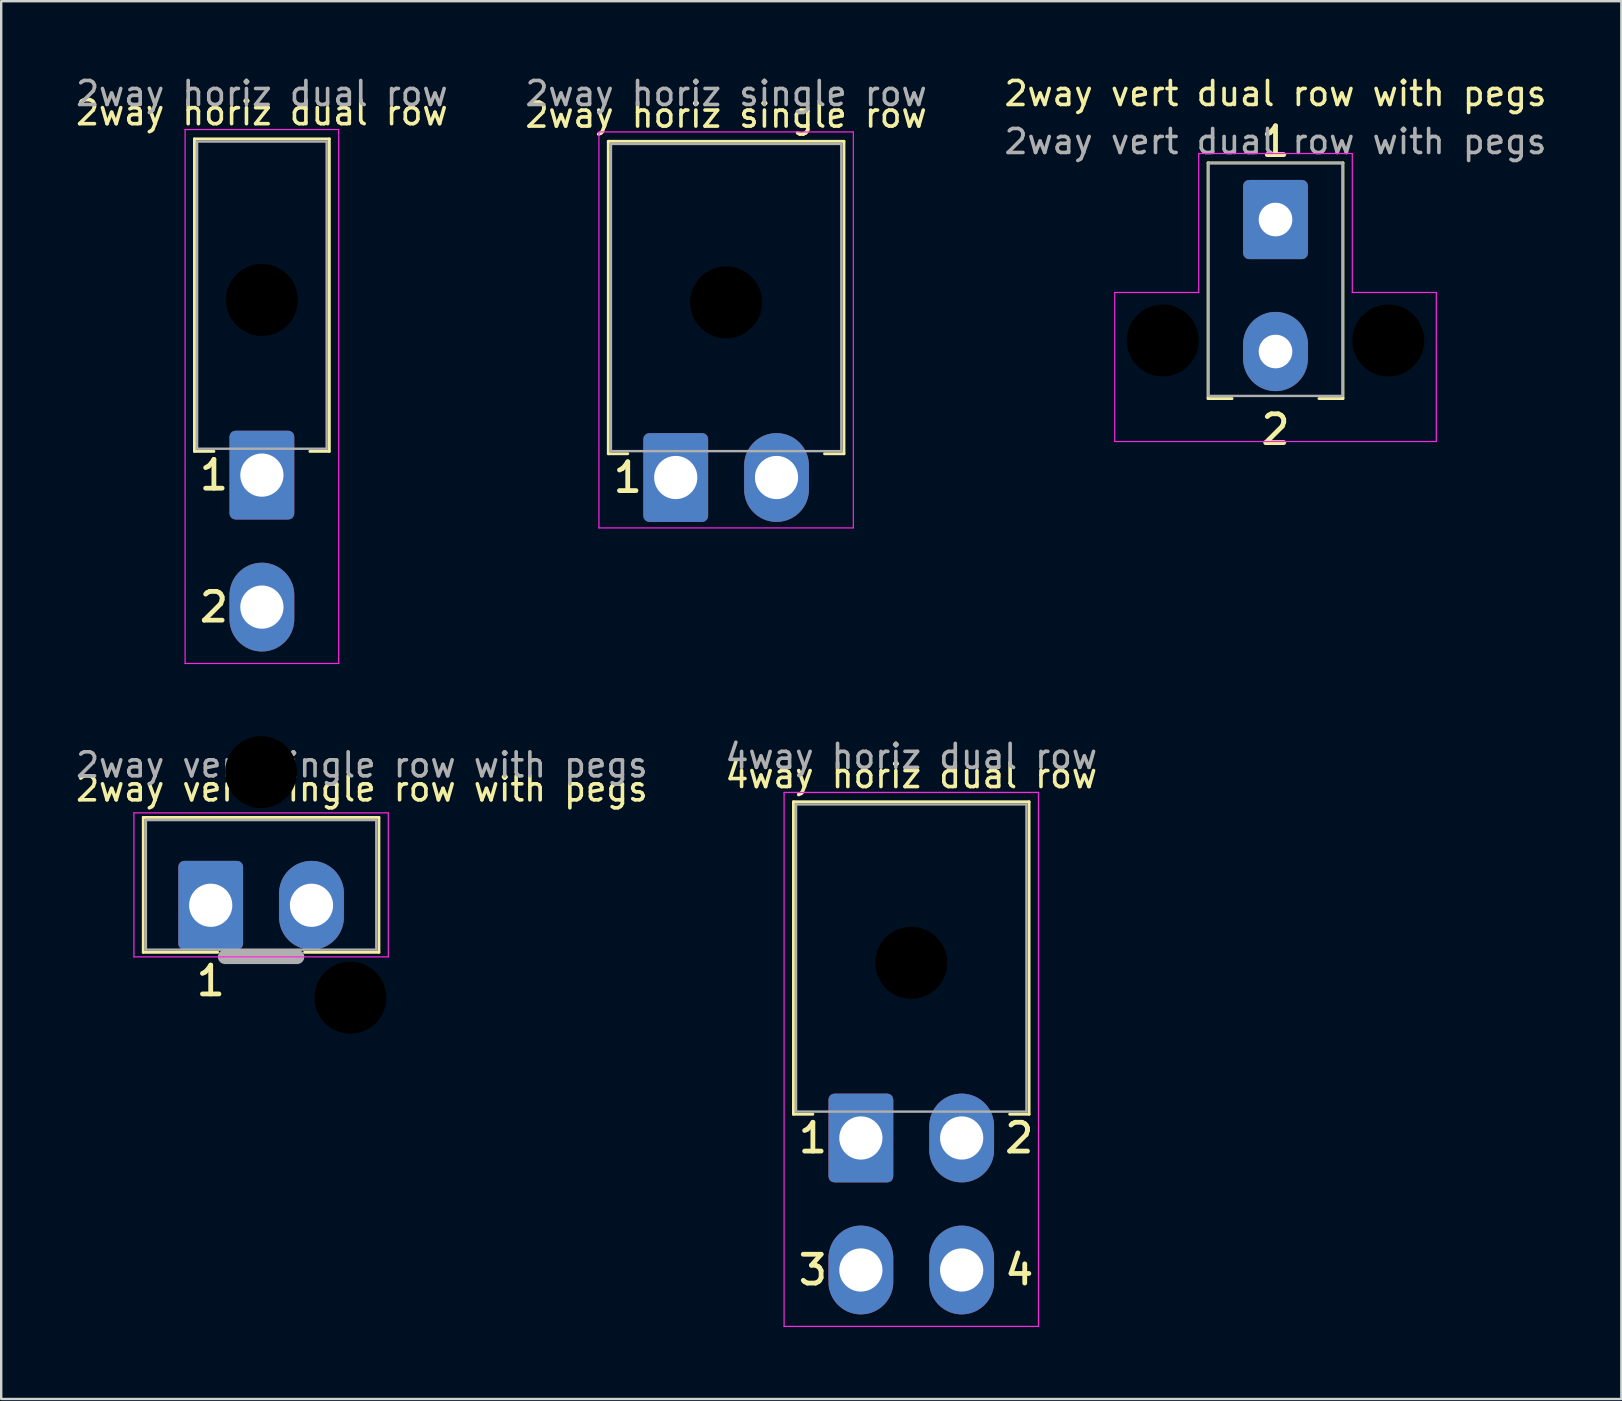
<source format=kicad_pcb>
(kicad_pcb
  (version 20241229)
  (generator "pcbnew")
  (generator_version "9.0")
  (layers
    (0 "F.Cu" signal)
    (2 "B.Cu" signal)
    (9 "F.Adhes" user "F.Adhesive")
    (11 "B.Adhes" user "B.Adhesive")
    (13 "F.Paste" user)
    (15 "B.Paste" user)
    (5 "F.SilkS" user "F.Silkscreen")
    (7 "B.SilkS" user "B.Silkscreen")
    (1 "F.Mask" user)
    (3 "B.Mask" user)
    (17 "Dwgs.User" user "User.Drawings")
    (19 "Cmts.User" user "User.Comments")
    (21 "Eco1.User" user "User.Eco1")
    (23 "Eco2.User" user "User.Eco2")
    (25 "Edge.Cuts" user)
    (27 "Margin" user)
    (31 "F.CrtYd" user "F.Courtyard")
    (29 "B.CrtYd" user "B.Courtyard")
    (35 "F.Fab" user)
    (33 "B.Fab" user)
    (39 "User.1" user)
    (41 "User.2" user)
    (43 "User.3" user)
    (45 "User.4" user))
  (footprint "4way horiz dual row"
    (layer "F.Cu")
    (at 34.923 30.471)
    (property "Reference" "4way horiz dual row" (at 0 -1.2 0) (layer "F.SilkS") (effects (font (size 1 1) (thickness 0.15))))
    (attr through_hole)
    (fp_line (start -4.91 -0.11) (end 4.91 -0.11) (stroke (width 0.12) (type solid)) (layer "F.SilkS"))
    (fp_line (start -4.91 12.91) (end -4.91 -0.11) (stroke (width 0.12) (type solid)) (layer "F.SilkS"))
    (fp_line (start -4.1 12.91) (end -4.91 12.91) (stroke (width 0.12) (type solid)) (layer "F.SilkS"))
    (fp_line (start 4.1 12.91) (end 4.91 12.91) (stroke (width 0.12) (type solid)) (layer "F.SilkS"))
    (fp_line (start 4.91 12.91) (end 4.91 -0.11) (stroke (width 0.12) (type solid)) (layer "F.SilkS"))
    (fp_line (start -5.3 -0.5) (end -5.3 21.75) (stroke (width 0.05) (type solid)) (layer "F.CrtYd"))
    (fp_line (start -5.3 21.75) (end 5.3 21.75) (stroke (width 0.05) (type solid)) (layer "F.CrtYd"))
    (fp_line (start 5.3 -0.5) (end -5.3 -0.5) (stroke (width 0.05) (type solid)) (layer "F.CrtYd"))
    (fp_line (start 5.3 21.75) (end 5.3 -0.5) (stroke (width 0.05) (type solid)) (layer "F.CrtYd"))
    (fp_line (start -4.8 0) (end -4.8 12.8) (stroke (width 0.1) (type solid)) (layer "F.Fab"))
    (fp_line (start -4.8 12.8) (end 4.8 12.8) (stroke (width 0.1) (type solid)) (layer "F.Fab"))
    (fp_line (start 4.8 0) (end -4.8 0) (stroke (width 0.1) (type solid)) (layer "F.Fab"))
    (fp_line (start 4.8 12.8) (end 4.8 0) (stroke (width 0.1) (type solid)) (layer "F.Fab"))
    (fp_text user "4" (at 4.5 19.4 0) (unlocked yes) (layer "F.SilkS") (effects (font (size 1.2 1.2) (thickness 0.2))))
    (fp_text user "2" (at 4.5 13.9 0) (unlocked yes) (layer "F.SilkS") (effects (font (size 1.2 1.2) (thickness 0.2))))
    (fp_text user "1" (at -4.1 13.9 0) (unlocked yes) (layer "F.SilkS") (effects (font (size 1.2 1.2) (thickness 0.2))))
    (fp_text user "3" (at -4.1 19.4 0) (unlocked yes) (layer "F.SilkS") (effects (font (size 1.2 1.2) (thickness 0.2))))
    (fp_text user "${REFERENCE}" (at 0 -2 0) (layer "F.Fab") (effects (font (size 1 1) (thickness 0.15))))
    (pad "" np_thru_hole circle (at 0 6.6) (size 3 3) (drill 3) (layers "*.Mask"))
    (pad "1" thru_hole roundrect (at -2.1 13.9) (size 2.7 3.7) (drill 1.8) (layers "*.Cu" "*.Mask") (roundrect_rratio 0.093))
    (pad "2" thru_hole oval (at 2.1 13.9) (size 2.7 3.7) (drill 1.8) (layers "*.Cu" "*.Mask"))
    (pad "3" thru_hole oval (at -2.1 19.4) (size 2.7 3.7) (drill 1.8) (layers "*.Cu" "*.Mask"))
    (pad "4" thru_hole oval (at 2.1 19.4) (size 2.7 3.7) (drill 1.8) (layers "*.Cu" "*.Mask")))
  (footprint "2way vert dual row with pegs"
    (layer "F.Cu")
    (at 50.101 8.848)
    (property "Reference" "2way vert dual row with pegs" (at 0 -8 0) (layer "F.SilkS") (effects (font (size 1 1) (thickness 0.15))))
    (attr through_hole)
    (fp_line (start -2.81 -5.11) (end -2.81 4.71) (stroke (width 0.12) (type solid)) (layer "F.SilkS"))
    (fp_line (start -2.81 4.71) (end -1.81 4.71) (stroke (width 0.12) (type solid)) (layer "F.SilkS"))
    (fp_line (start 2.81 -5.11) (end -2.81 -5.11) (stroke (width 0.12) (type solid)) (layer "F.SilkS"))
    (fp_line (start 2.81 -5.11) (end 2.81 4.71) (stroke (width 0.12) (type solid)) (layer "F.SilkS"))
    (fp_line (start 2.81 4.71) (end 1.81 4.71) (stroke (width 0.12) (type solid)) (layer "F.SilkS"))
    (fp_line (start -6.7 0.29) (end -6.7 6.5) (stroke (width 0.05) (type solid)) (layer "F.CrtYd"))
    (fp_line (start -6.7 6.5) (end 6.7 6.5) (stroke (width 0.05) (type solid)) (layer "F.CrtYd"))
    (fp_line (start -3.2 -5.5) (end -3.2 0.29) (stroke (width 0.05) (type solid)) (layer "F.CrtYd"))
    (fp_line (start -3.2 0.29) (end -6.7 0.29) (stroke (width 0.05) (type solid)) (layer "F.CrtYd"))
    (fp_line (start 3.2 -5.5) (end -3.2 -5.5) (stroke (width 0.05) (type solid)) (layer "F.CrtYd"))
    (fp_line (start 3.2 0.29) (end 3.2 -5.5) (stroke (width 0.05) (type solid)) (layer "F.CrtYd"))
    (fp_line (start 6.7 0.29) (end 3.2 0.29) (stroke (width 0.05) (type solid)) (layer "F.CrtYd"))
    (fp_line (start 6.7 6.5) (end 6.7 0.29) (stroke (width 0.05) (type solid)) (layer "F.CrtYd"))
    (fp_rect (start -2.8 -5.1) (end 2.8 4.6) (stroke (width 0.1) (type solid)) (fill no) (layer "F.Fab"))
    (fp_text user "2" (at 0 6 0) (unlocked yes) (layer "F.SilkS") (effects (font (size 1.2 1.2) (thickness 0.2))))
    (fp_text user "1" (at 0 -6 0) (unlocked yes) (layer "F.SilkS") (effects (font (size 1.2 1.2) (thickness 0.2))))
    (fp_text user "${REFERENCE}" (at 0 -6 0) (layer "F.Fab") (effects (font (size 1 1) (thickness 0.15))))
    (pad "" np_thru_hole circle (at -4.7 2.29) (size 3 3) (drill 3) (layers "*.Mask"))
    (pad "" np_thru_hole circle (at 4.7 2.29) (size 3 3) (drill 3) (layers "*.Mask"))
    (pad "1" thru_hole roundrect (at 0 -2.75) (size 2.7 3.3) (drill 1.4) (layers "*.Cu" "*.Mask") (roundrect_rratio 0.093))
    (pad "2" thru_hole oval (at 0 2.75) (size 2.7 3.3) (drill 1.4) (layers "*.Cu" "*.Mask")))
  (footprint "2way horiz dual row"
    (layer "F.Cu")
    (at 7.863 2.848)
    (property "Reference" "2way horiz dual row" (at 0 -1.2 0) (layer "F.SilkS") (effects (font (size 1 1) (thickness 0.15))))
    (attr through_hole)
    (fp_line (start -2.81 -0.11) (end 2.81 -0.11) (stroke (width 0.12) (type solid)) (layer "F.SilkS"))
    (fp_line (start -2.81 12.91) (end -2.81 -0.11) (stroke (width 0.12) (type solid)) (layer "F.SilkS"))
    (fp_line (start -2 12.91) (end -2.81 12.91) (stroke (width 0.12) (type solid)) (layer "F.SilkS"))
    (fp_line (start 2 12.91) (end 2.81 12.91) (stroke (width 0.12) (type solid)) (layer "F.SilkS"))
    (fp_line (start 2.81 12.91) (end 2.81 -0.11) (stroke (width 0.12) (type solid)) (layer "F.SilkS"))
    (fp_line (start -3.2 -0.5) (end -3.2 21.75) (stroke (width 0.05) (type solid)) (layer "F.CrtYd"))
    (fp_line (start -3.2 21.75) (end 3.2 21.75) (stroke (width 0.05) (type solid)) (layer "F.CrtYd"))
    (fp_line (start 3.2 -0.5) (end -3.2 -0.5) (stroke (width 0.05) (type solid)) (layer "F.CrtYd"))
    (fp_line (start 3.2 21.75) (end 3.2 -0.5) (stroke (width 0.05) (type solid)) (layer "F.CrtYd"))
    (fp_line (start -2.7 0) (end -2.7 12.8) (stroke (width 0.1) (type solid)) (layer "F.Fab"))
    (fp_line (start -2.7 12.8) (end 2.7 12.8) (stroke (width 0.1) (type solid)) (layer "F.Fab"))
    (fp_line (start 2.7 0) (end -2.7 0) (stroke (width 0.1) (type solid)) (layer "F.Fab"))
    (fp_line (start 2.7 12.8) (end 2.7 0) (stroke (width 0.1) (type solid)) (layer "F.Fab"))
    (fp_text user "1" (at -2 13.9 0) (unlocked yes) (layer "F.SilkS") (effects (font (size 1.2 1.2) (thickness 0.2))))
    (fp_text user "2" (at -2 19.4 0) (unlocked yes) (layer "F.SilkS") (effects (font (size 1.2 1.2) (thickness 0.2))))
    (fp_text user "${REFERENCE}" (at 0 -2 0) (layer "F.Fab") (effects (font (size 1 1) (thickness 0.15))))
    (pad "" np_thru_hole circle (at 0 6.6) (size 3 3) (drill 3) (layers "*.Mask"))
    (pad "1" thru_hole roundrect (at 0 13.9) (size 2.7 3.7) (drill 1.8) (layers "*.Cu" "*.Mask") (roundrect_rratio 0.093))
    (pad "2" thru_hole oval (at 0 19.4) (size 2.7 3.7) (drill 1.8) (layers "*.Cu" "*.Mask")))
  (footprint "2way horiz single row"
    (layer "F.Cu")
    (at 27.208 2.948)
    (property "Reference" "2way horiz single row" (at 0 -1.2 0) (layer "F.SilkS") (effects (font (size 1 1) (thickness 0.15))))
    (attr through_hole)
    (fp_line (start -4.91 -0.11) (end 4.91 -0.11) (stroke (width 0.12) (type solid)) (layer "F.SilkS"))
    (fp_line (start -4.91 12.91) (end -4.91 -0.11) (stroke (width 0.12) (type solid)) (layer "F.SilkS"))
    (fp_line (start -4.1 12.91) (end -4.91 12.91) (stroke (width 0.12) (type solid)) (layer "F.SilkS"))
    (fp_line (start 4.1 12.91) (end 4.91 12.91) (stroke (width 0.12) (type solid)) (layer "F.SilkS"))
    (fp_line (start 4.91 12.91) (end 4.91 -0.11) (stroke (width 0.12) (type solid)) (layer "F.SilkS"))
    (fp_line (start -5.3 -0.5) (end -5.3 16) (stroke (width 0.05) (type solid)) (layer "F.CrtYd"))
    (fp_line (start -5.3 16) (end 5.3 16) (stroke (width 0.05) (type solid)) (layer "F.CrtYd"))
    (fp_line (start 5.3 -0.5) (end -5.3 -0.5) (stroke (width 0.05) (type solid)) (layer "F.CrtYd"))
    (fp_line (start 5.3 16) (end 5.3 -0.5) (stroke (width 0.05) (type solid)) (layer "F.CrtYd"))
    (fp_line (start -4.8 0) (end -4.8 12.8) (stroke (width 0.1) (type solid)) (layer "F.Fab"))
    (fp_line (start -4.8 12.8) (end 4.8 12.8) (stroke (width 0.1) (type solid)) (layer "F.Fab"))
    (fp_line (start 4.8 0) (end -4.8 0) (stroke (width 0.1) (type solid)) (layer "F.Fab"))
    (fp_line (start 4.8 12.8) (end 4.8 0) (stroke (width 0.1) (type solid)) (layer "F.Fab"))
    (fp_text user "1" (at -4.1 13.9 0) (unlocked yes) (layer "F.SilkS") (effects (font (size 1.2 1.2) (thickness 0.2))))
    (fp_text user "${REFERENCE}" (at 0 -2.1 0) (layer "F.Fab") (effects (font (size 1 1) (thickness 0.15))))
    (pad "" np_thru_hole circle (at 0 6.6) (size 3 3) (drill 3) (layers "*.Mask"))
    (pad "1" thru_hole roundrect (at -2.1 13.9) (size 2.7 3.7) (drill 1.8) (layers "*.Cu" "*.Mask") (roundrect_rratio 0.093))
    (pad "2" thru_hole oval (at 2.1 13.9) (size 2.7 3.7) (drill 1.8) (layers "*.Cu" "*.Mask")))
  (footprint "2way vert single row with pegs"
    (layer "F.Cu")
    (at 7.83 33.823)
    (property "Reference" "2way vert single row with pegs" (at 4.2 -4 0) (layer "F.SilkS") (effects (font (size 1 1) (thickness 0.15))))
    (attr through_hole)
    (fp_line (start -4.91 -2.81) (end 4.91 -2.81) (stroke (width 0.12) (type solid)) (layer "F.SilkS"))
    (fp_line (start -4.91 2.81) (end -4.91 -2.81) (stroke (width 0.12) (type solid)) (layer "F.SilkS"))
    (fp_line (start -4.91 2.81) (end -1.81 2.81) (stroke (width 0.12) (type solid)) (layer "F.SilkS"))
    (fp_line (start 1.81 2.81) (end 4.91 2.81) (stroke (width 0.12) (type solid)) (layer "F.SilkS"))
    (fp_line (start 4.91 2.81) (end 4.91 -2.81) (stroke (width 0.12) (type solid)) (layer "F.SilkS"))
    (fp_line (start -5.3 -3) (end -5.3 3) (stroke (width 0.05) (type solid)) (layer "F.CrtYd"))
    (fp_line (start -5.3 3) (end 5.3 3) (stroke (width 0.05) (type solid)) (layer "F.CrtYd"))
    (fp_line (start 5.3 -3) (end -5.3 -3) (stroke (width 0.05) (type solid)) (layer "F.CrtYd"))
    (fp_line (start 5.3 3) (end 5.3 -3) (stroke (width 0.05) (type solid)) (layer "F.CrtYd"))
    (fp_line (start -4.8 -2.7) (end -4.8 2.7) (stroke (width 0.1) (type solid)) (layer "F.Fab"))
    (fp_line (start -4.8 2.7) (end 4.8 2.7) (stroke (width 0.1) (type solid)) (layer "F.Fab"))
    (fp_line (start -1.5 3) (end 1.5 3) (stroke (width 0.6) (type solid)) (layer "F.Fab"))
    (fp_line (start 4.8 -2.7) (end -4.8 -2.7) (stroke (width 0.1) (type solid)) (layer "F.Fab"))
    (fp_line (start 4.8 2.7) (end 4.8 -2.7) (stroke (width 0.1) (type solid)) (layer "F.Fab"))
    (fp_text user "1" (at -2.1 4 0) (unlocked yes) (layer "F.SilkS") (effects (font (size 1.2 1.2) (thickness 0.2))))
    (fp_text user "${REFERENCE}" (at 4.2 -5 0) (layer "F.Fab") (effects (font (size 1 1) (thickness 0.15))))
    (pad "" np_thru_hole circle (at 0 -4.7) (size 3 3) (drill 3) (layers "*.Mask"))
    (pad "" np_thru_hole circle (at 3.72 4.7) (size 3 3) (drill 3) (layers "*.Mask"))
    (pad "1" thru_hole roundrect (at -2.1 0.85) (size 2.7 3.7) (drill 1.8) (layers "*.Cu" "*.Mask") (roundrect_rratio 0.093))
    (pad "2" thru_hole oval (at 2.1 0.85) (size 2.7 3.7) (drill 1.8) (layers "*.Cu" "*.Mask")))
  (gr_rect
    (start -3 -3)
    (end 64.512 55.246)
    (stroke (width 0.1) (type default))
    (fill no)
    (layer "Edge.Cuts")))
</source>
